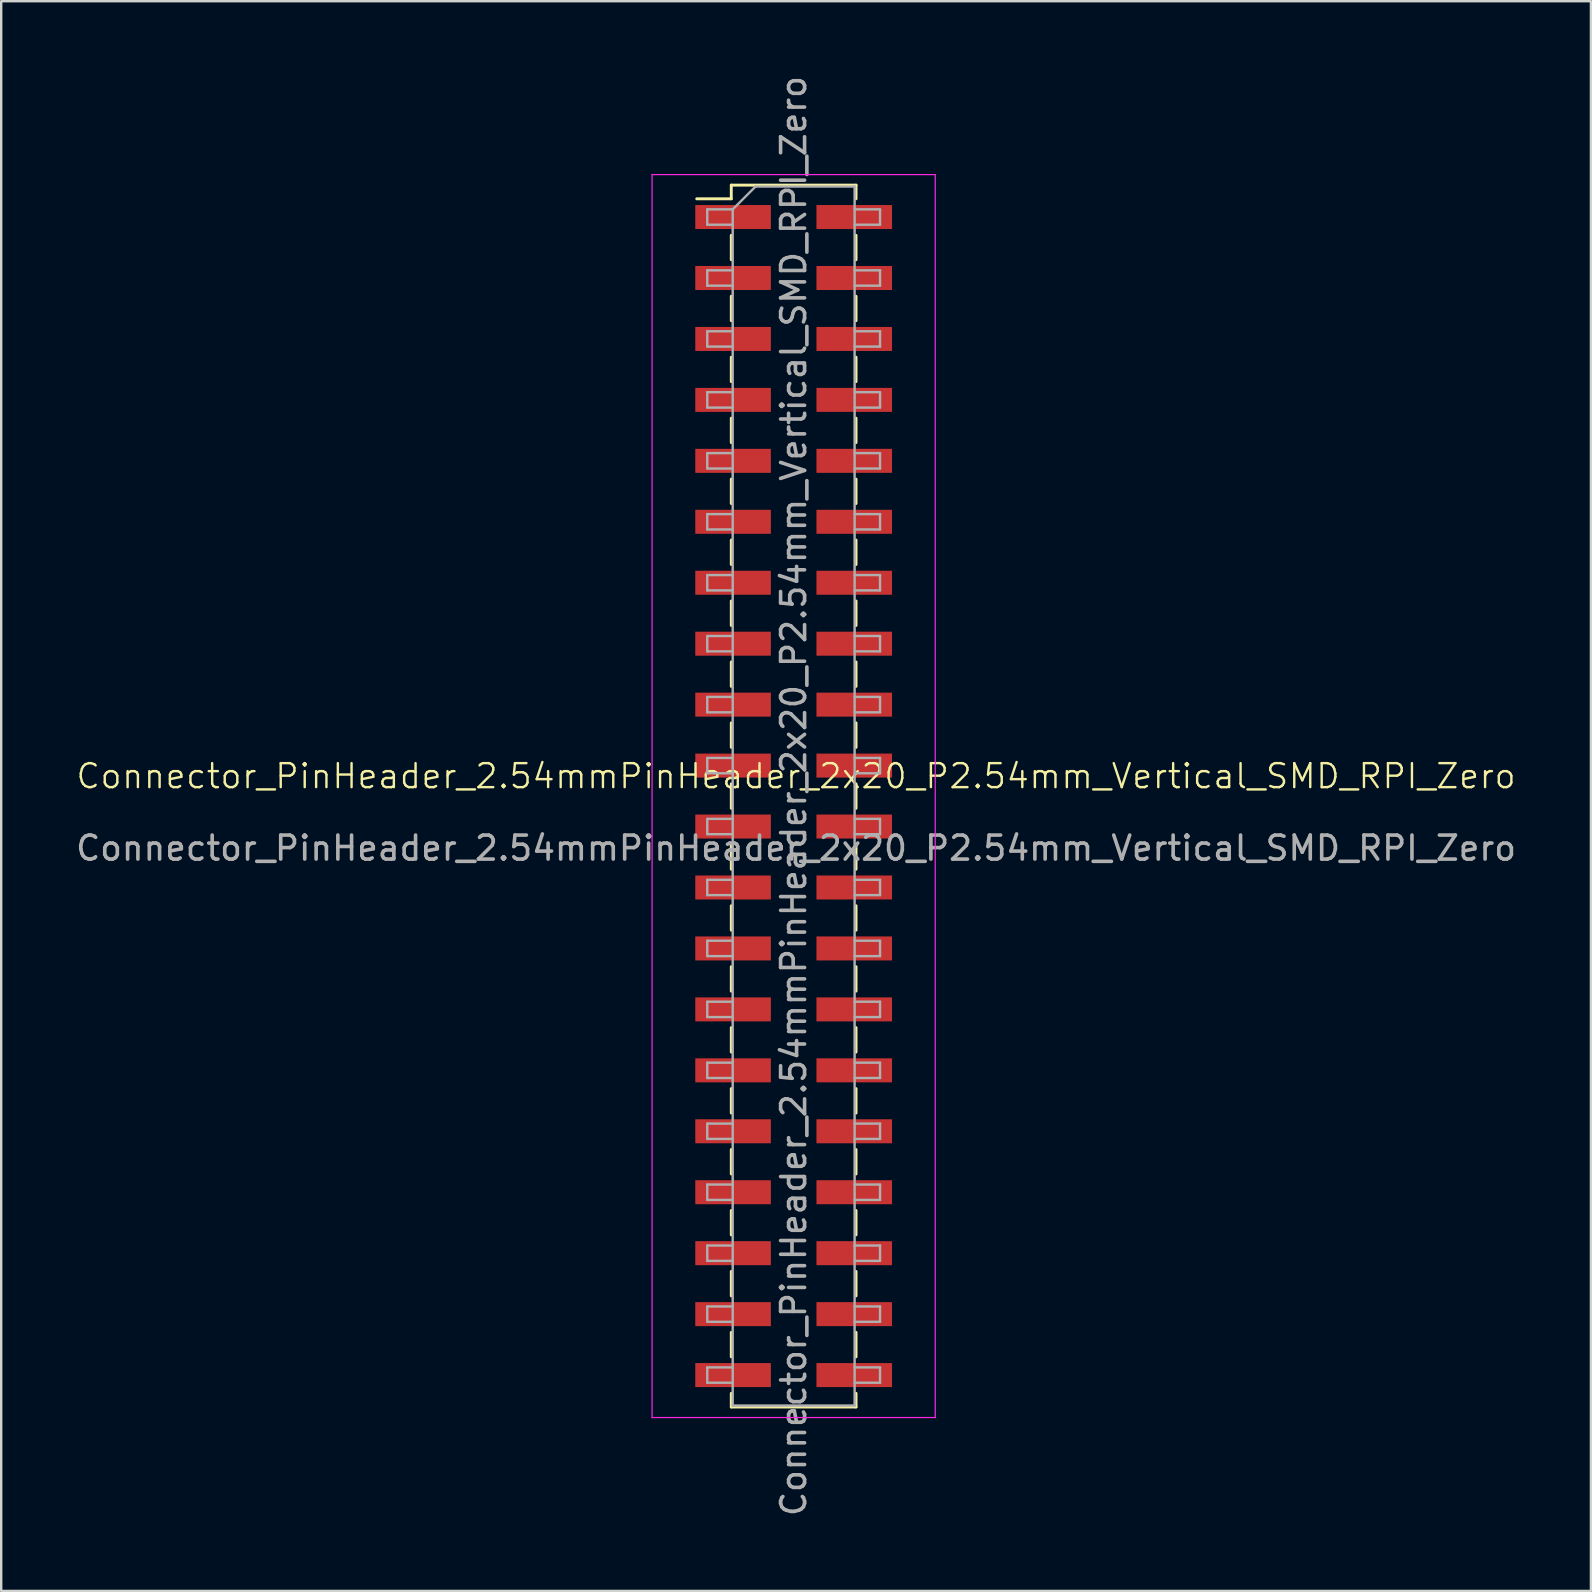
<source format=kicad_pcb>
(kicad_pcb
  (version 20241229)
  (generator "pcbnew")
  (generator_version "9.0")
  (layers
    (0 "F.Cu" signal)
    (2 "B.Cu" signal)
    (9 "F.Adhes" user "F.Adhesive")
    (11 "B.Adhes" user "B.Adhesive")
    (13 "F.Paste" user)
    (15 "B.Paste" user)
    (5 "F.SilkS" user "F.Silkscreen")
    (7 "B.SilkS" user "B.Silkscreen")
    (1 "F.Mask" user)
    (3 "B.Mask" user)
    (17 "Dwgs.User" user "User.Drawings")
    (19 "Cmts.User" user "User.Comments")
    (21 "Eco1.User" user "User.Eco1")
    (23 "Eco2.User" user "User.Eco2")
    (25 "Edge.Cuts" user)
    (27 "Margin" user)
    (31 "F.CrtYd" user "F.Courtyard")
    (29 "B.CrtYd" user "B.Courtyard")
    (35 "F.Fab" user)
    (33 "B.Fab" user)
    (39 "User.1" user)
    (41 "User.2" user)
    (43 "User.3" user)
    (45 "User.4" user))
  (footprint "Connector_PinHeader_2.54mmPinHeader_2x20_P2.54mm_Vertical_SMD_RPI_Zero"
    (layer "F.Cu")
    (at 30.125 29.795)
    (property "Reference" "Connector_PinHeader_2.54mmPinHeader_2x20_P2.54mm_Vertical_SMD_RPI_Zero" (at 0 -0.5 0) (unlocked yes) (layer "F.SilkS") (effects (font (size 1 1) (thickness 0.1))))
    (attr smd)
    (fp_line (start -4.14 -24.56) (end -2.7 -24.56) (stroke (width 0.12) (type solid)) (layer "F.SilkS"))
    (fp_line (start -2.7 -25.13) (end -2.7 -24.56) (stroke (width 0.12) (type solid)) (layer "F.SilkS"))
    (fp_line (start -2.7 -25.13) (end 2.5 -25.13) (stroke (width 0.12) (type solid)) (layer "F.SilkS"))
    (fp_line (start -2.7 -23.04) (end -2.7 -22.02) (stroke (width 0.12) (type solid)) (layer "F.SilkS"))
    (fp_line (start -2.7 -20.5) (end -2.7 -19.48) (stroke (width 0.12) (type solid)) (layer "F.SilkS"))
    (fp_line (start -2.7 -17.96) (end -2.7 -16.94) (stroke (width 0.12) (type solid)) (layer "F.SilkS"))
    (fp_line (start -2.7 -15.42) (end -2.7 -14.4) (stroke (width 0.12) (type solid)) (layer "F.SilkS"))
    (fp_line (start -2.7 -12.88) (end -2.7 -11.86) (stroke (width 0.12) (type solid)) (layer "F.SilkS"))
    (fp_line (start -2.7 -10.34) (end -2.7 -9.32) (stroke (width 0.12) (type solid)) (layer "F.SilkS"))
    (fp_line (start -2.7 -7.8) (end -2.7 -6.78) (stroke (width 0.12) (type solid)) (layer "F.SilkS"))
    (fp_line (start -2.7 -5.26) (end -2.7 -4.24) (stroke (width 0.12) (type solid)) (layer "F.SilkS"))
    (fp_line (start -2.7 -2.72) (end -2.7 -1.7) (stroke (width 0.12) (type solid)) (layer "F.SilkS"))
    (fp_line (start -2.7 -0.18) (end -2.7 0.84) (stroke (width 0.12) (type solid)) (layer "F.SilkS"))
    (fp_line (start -2.7 2.36) (end -2.7 3.38) (stroke (width 0.12) (type solid)) (layer "F.SilkS"))
    (fp_line (start -2.7 4.9) (end -2.7 5.92) (stroke (width 0.12) (type solid)) (layer "F.SilkS"))
    (fp_line (start -2.7 7.44) (end -2.7 8.46) (stroke (width 0.12) (type solid)) (layer "F.SilkS"))
    (fp_line (start -2.7 9.98) (end -2.7 11) (stroke (width 0.12) (type solid)) (layer "F.SilkS"))
    (fp_line (start -2.7 12.52) (end -2.7 13.54) (stroke (width 0.12) (type solid)) (layer "F.SilkS"))
    (fp_line (start -2.7 15.06) (end -2.7 16.08) (stroke (width 0.12) (type solid)) (layer "F.SilkS"))
    (fp_line (start -2.7 17.6) (end -2.7 18.62) (stroke (width 0.12) (type solid)) (layer "F.SilkS"))
    (fp_line (start -2.7 20.14) (end -2.7 21.16) (stroke (width 0.12) (type solid)) (layer "F.SilkS"))
    (fp_line (start -2.7 22.68) (end -2.7 23.7) (stroke (width 0.12) (type solid)) (layer "F.SilkS"))
    (fp_line (start -2.7 25.22) (end -2.7 25.79) (stroke (width 0.12) (type solid)) (layer "F.SilkS"))
    (fp_line (start -2.7 25.79) (end 2.5 25.79) (stroke (width 0.12) (type solid)) (layer "F.SilkS"))
    (fp_line (start 2.5 -25.13) (end 2.5 -24.56) (stroke (width 0.12) (type solid)) (layer "F.SilkS"))
    (fp_line (start 2.5 -23.04) (end 2.5 -22.02) (stroke (width 0.12) (type solid)) (layer "F.SilkS"))
    (fp_line (start 2.5 -20.5) (end 2.5 -19.48) (stroke (width 0.12) (type solid)) (layer "F.SilkS"))
    (fp_line (start 2.5 -17.96) (end 2.5 -16.94) (stroke (width 0.12) (type solid)) (layer "F.SilkS"))
    (fp_line (start 2.5 -15.42) (end 2.5 -14.4) (stroke (width 0.12) (type solid)) (layer "F.SilkS"))
    (fp_line (start 2.5 -12.88) (end 2.5 -11.86) (stroke (width 0.12) (type solid)) (layer "F.SilkS"))
    (fp_line (start 2.5 -10.34) (end 2.5 -9.32) (stroke (width 0.12) (type solid)) (layer "F.SilkS"))
    (fp_line (start 2.5 -7.8) (end 2.5 -6.78) (stroke (width 0.12) (type solid)) (layer "F.SilkS"))
    (fp_line (start 2.5 -5.26) (end 2.5 -4.24) (stroke (width 0.12) (type solid)) (layer "F.SilkS"))
    (fp_line (start 2.5 -2.72) (end 2.5 -1.7) (stroke (width 0.12) (type solid)) (layer "F.SilkS"))
    (fp_line (start 2.5 -0.18) (end 2.5 0.84) (stroke (width 0.12) (type solid)) (layer "F.SilkS"))
    (fp_line (start 2.5 2.36) (end 2.5 3.38) (stroke (width 0.12) (type solid)) (layer "F.SilkS"))
    (fp_line (start 2.5 4.9) (end 2.5 5.92) (stroke (width 0.12) (type solid)) (layer "F.SilkS"))
    (fp_line (start 2.5 7.44) (end 2.5 8.46) (stroke (width 0.12) (type solid)) (layer "F.SilkS"))
    (fp_line (start 2.5 9.98) (end 2.5 11) (stroke (width 0.12) (type solid)) (layer "F.SilkS"))
    (fp_line (start 2.5 12.52) (end 2.5 13.54) (stroke (width 0.12) (type solid)) (layer "F.SilkS"))
    (fp_line (start 2.5 15.06) (end 2.5 16.08) (stroke (width 0.12) (type solid)) (layer "F.SilkS"))
    (fp_line (start 2.5 17.6) (end 2.5 18.62) (stroke (width 0.12) (type solid)) (layer "F.SilkS"))
    (fp_line (start 2.5 20.14) (end 2.5 21.16) (stroke (width 0.12) (type solid)) (layer "F.SilkS"))
    (fp_line (start 2.5 22.68) (end 2.5 23.7) (stroke (width 0.12) (type solid)) (layer "F.SilkS"))
    (fp_line (start 2.5 25.22) (end 2.5 25.79) (stroke (width 0.12) (type solid)) (layer "F.SilkS"))
    (fp_line (start -6 -25.57) (end -6 26.23) (stroke (width 0.05) (type solid)) (layer "F.CrtYd"))
    (fp_line (start -6 26.23) (end 5.8 26.23) (stroke (width 0.05) (type solid)) (layer "F.CrtYd"))
    (fp_line (start 5.8 -25.57) (end -6 -25.57) (stroke (width 0.05) (type solid)) (layer "F.CrtYd"))
    (fp_line (start 5.8 26.23) (end 5.8 -25.57) (stroke (width 0.05) (type solid)) (layer "F.CrtYd"))
    (fp_line (start -3.7 -24.12) (end -3.7 -23.48) (stroke (width 0.1) (type solid)) (layer "F.Fab"))
    (fp_line (start -3.7 -23.48) (end -2.64 -23.48) (stroke (width 0.1) (type solid)) (layer "F.Fab"))
    (fp_line (start -3.7 -21.58) (end -3.7 -20.94) (stroke (width 0.1) (type solid)) (layer "F.Fab"))
    (fp_line (start -3.7 -20.94) (end -2.64 -20.94) (stroke (width 0.1) (type solid)) (layer "F.Fab"))
    (fp_line (start -3.7 -19.04) (end -3.7 -18.4) (stroke (width 0.1) (type solid)) (layer "F.Fab"))
    (fp_line (start -3.7 -18.4) (end -2.64 -18.4) (stroke (width 0.1) (type solid)) (layer "F.Fab"))
    (fp_line (start -3.7 -16.5) (end -3.7 -15.86) (stroke (width 0.1) (type solid)) (layer "F.Fab"))
    (fp_line (start -3.7 -15.86) (end -2.64 -15.86) (stroke (width 0.1) (type solid)) (layer "F.Fab"))
    (fp_line (start -3.7 -13.96) (end -3.7 -13.32) (stroke (width 0.1) (type solid)) (layer "F.Fab"))
    (fp_line (start -3.7 -13.32) (end -2.64 -13.32) (stroke (width 0.1) (type solid)) (layer "F.Fab"))
    (fp_line (start -3.7 -11.42) (end -3.7 -10.78) (stroke (width 0.1) (type solid)) (layer "F.Fab"))
    (fp_line (start -3.7 -10.78) (end -2.64 -10.78) (stroke (width 0.1) (type solid)) (layer "F.Fab"))
    (fp_line (start -3.7 -8.88) (end -3.7 -8.24) (stroke (width 0.1) (type solid)) (layer "F.Fab"))
    (fp_line (start -3.7 -8.24) (end -2.64 -8.24) (stroke (width 0.1) (type solid)) (layer "F.Fab"))
    (fp_line (start -3.7 -6.34) (end -3.7 -5.7) (stroke (width 0.1) (type solid)) (layer "F.Fab"))
    (fp_line (start -3.7 -5.7) (end -2.64 -5.7) (stroke (width 0.1) (type solid)) (layer "F.Fab"))
    (fp_line (start -3.7 -3.8) (end -3.7 -3.16) (stroke (width 0.1) (type solid)) (layer "F.Fab"))
    (fp_line (start -3.7 -3.16) (end -2.64 -3.16) (stroke (width 0.1) (type solid)) (layer "F.Fab"))
    (fp_line (start -3.7 -1.26) (end -3.7 -0.62) (stroke (width 0.1) (type solid)) (layer "F.Fab"))
    (fp_line (start -3.7 -0.62) (end -2.64 -0.62) (stroke (width 0.1) (type solid)) (layer "F.Fab"))
    (fp_line (start -3.7 1.28) (end -3.7 1.92) (stroke (width 0.1) (type solid)) (layer "F.Fab"))
    (fp_line (start -3.7 1.92) (end -2.64 1.92) (stroke (width 0.1) (type solid)) (layer "F.Fab"))
    (fp_line (start -3.7 3.82) (end -3.7 4.46) (stroke (width 0.1) (type solid)) (layer "F.Fab"))
    (fp_line (start -3.7 4.46) (end -2.64 4.46) (stroke (width 0.1) (type solid)) (layer "F.Fab"))
    (fp_line (start -3.7 6.36) (end -3.7 7) (stroke (width 0.1) (type solid)) (layer "F.Fab"))
    (fp_line (start -3.7 7) (end -2.64 7) (stroke (width 0.1) (type solid)) (layer "F.Fab"))
    (fp_line (start -3.7 8.9) (end -3.7 9.54) (stroke (width 0.1) (type solid)) (layer "F.Fab"))
    (fp_line (start -3.7 9.54) (end -2.64 9.54) (stroke (width 0.1) (type solid)) (layer "F.Fab"))
    (fp_line (start -3.7 11.44) (end -3.7 12.08) (stroke (width 0.1) (type solid)) (layer "F.Fab"))
    (fp_line (start -3.7 12.08) (end -2.64 12.08) (stroke (width 0.1) (type solid)) (layer "F.Fab"))
    (fp_line (start -3.7 13.98) (end -3.7 14.62) (stroke (width 0.1) (type solid)) (layer "F.Fab"))
    (fp_line (start -3.7 14.62) (end -2.64 14.62) (stroke (width 0.1) (type solid)) (layer "F.Fab"))
    (fp_line (start -3.7 16.52) (end -3.7 17.16) (stroke (width 0.1) (type solid)) (layer "F.Fab"))
    (fp_line (start -3.7 17.16) (end -2.64 17.16) (stroke (width 0.1) (type solid)) (layer "F.Fab"))
    (fp_line (start -3.7 19.06) (end -3.7 19.7) (stroke (width 0.1) (type solid)) (layer "F.Fab"))
    (fp_line (start -3.7 19.7) (end -2.64 19.7) (stroke (width 0.1) (type solid)) (layer "F.Fab"))
    (fp_line (start -3.7 21.6) (end -3.7 22.24) (stroke (width 0.1) (type solid)) (layer "F.Fab"))
    (fp_line (start -3.7 22.24) (end -2.64 22.24) (stroke (width 0.1) (type solid)) (layer "F.Fab"))
    (fp_line (start -3.7 24.14) (end -3.7 24.78) (stroke (width 0.1) (type solid)) (layer "F.Fab"))
    (fp_line (start -3.7 24.78) (end -2.64 24.78) (stroke (width 0.1) (type solid)) (layer "F.Fab"))
    (fp_line (start -2.64 -24.12) (end -3.7 -24.12) (stroke (width 0.1) (type solid)) (layer "F.Fab"))
    (fp_line (start -2.64 -24.12) (end -1.69 -25.07) (stroke (width 0.1) (type solid)) (layer "F.Fab"))
    (fp_line (start -2.64 -21.58) (end -3.7 -21.58) (stroke (width 0.1) (type solid)) (layer "F.Fab"))
    (fp_line (start -2.64 -19.04) (end -3.7 -19.04) (stroke (width 0.1) (type solid)) (layer "F.Fab"))
    (fp_line (start -2.64 -16.5) (end -3.7 -16.5) (stroke (width 0.1) (type solid)) (layer "F.Fab"))
    (fp_line (start -2.64 -13.96) (end -3.7 -13.96) (stroke (width 0.1) (type solid)) (layer "F.Fab"))
    (fp_line (start -2.64 -11.42) (end -3.7 -11.42) (stroke (width 0.1) (type solid)) (layer "F.Fab"))
    (fp_line (start -2.64 -8.88) (end -3.7 -8.88) (stroke (width 0.1) (type solid)) (layer "F.Fab"))
    (fp_line (start -2.64 -6.34) (end -3.7 -6.34) (stroke (width 0.1) (type solid)) (layer "F.Fab"))
    (fp_line (start -2.64 -3.8) (end -3.7 -3.8) (stroke (width 0.1) (type solid)) (layer "F.Fab"))
    (fp_line (start -2.64 -1.26) (end -3.7 -1.26) (stroke (width 0.1) (type solid)) (layer "F.Fab"))
    (fp_line (start -2.64 1.28) (end -3.7 1.28) (stroke (width 0.1) (type solid)) (layer "F.Fab"))
    (fp_line (start -2.64 3.82) (end -3.7 3.82) (stroke (width 0.1) (type solid)) (layer "F.Fab"))
    (fp_line (start -2.64 6.36) (end -3.7 6.36) (stroke (width 0.1) (type solid)) (layer "F.Fab"))
    (fp_line (start -2.64 8.9) (end -3.7 8.9) (stroke (width 0.1) (type solid)) (layer "F.Fab"))
    (fp_line (start -2.64 11.44) (end -3.7 11.44) (stroke (width 0.1) (type solid)) (layer "F.Fab"))
    (fp_line (start -2.64 13.98) (end -3.7 13.98) (stroke (width 0.1) (type solid)) (layer "F.Fab"))
    (fp_line (start -2.64 16.52) (end -3.7 16.52) (stroke (width 0.1) (type solid)) (layer "F.Fab"))
    (fp_line (start -2.64 19.06) (end -3.7 19.06) (stroke (width 0.1) (type solid)) (layer "F.Fab"))
    (fp_line (start -2.64 21.6) (end -3.7 21.6) (stroke (width 0.1) (type solid)) (layer "F.Fab"))
    (fp_line (start -2.64 24.14) (end -3.7 24.14) (stroke (width 0.1) (type solid)) (layer "F.Fab"))
    (fp_line (start -2.64 25.73) (end -2.64 -24.12) (stroke (width 0.1) (type solid)) (layer "F.Fab"))
    (fp_line (start -1.69 -25.07) (end 2.44 -25.07) (stroke (width 0.1) (type solid)) (layer "F.Fab"))
    (fp_line (start 2.44 -25.07) (end 2.44 25.73) (stroke (width 0.1) (type solid)) (layer "F.Fab"))
    (fp_line (start 2.44 -24.12) (end 3.5 -24.12) (stroke (width 0.1) (type solid)) (layer "F.Fab"))
    (fp_line (start 2.44 -21.58) (end 3.5 -21.58) (stroke (width 0.1) (type solid)) (layer "F.Fab"))
    (fp_line (start 2.44 -19.04) (end 3.5 -19.04) (stroke (width 0.1) (type solid)) (layer "F.Fab"))
    (fp_line (start 2.44 -16.5) (end 3.5 -16.5) (stroke (width 0.1) (type solid)) (layer "F.Fab"))
    (fp_line (start 2.44 -13.96) (end 3.5 -13.96) (stroke (width 0.1) (type solid)) (layer "F.Fab"))
    (fp_line (start 2.44 -11.42) (end 3.5 -11.42) (stroke (width 0.1) (type solid)) (layer "F.Fab"))
    (fp_line (start 2.44 -8.88) (end 3.5 -8.88) (stroke (width 0.1) (type solid)) (layer "F.Fab"))
    (fp_line (start 2.44 -6.34) (end 3.5 -6.34) (stroke (width 0.1) (type solid)) (layer "F.Fab"))
    (fp_line (start 2.44 -3.8) (end 3.5 -3.8) (stroke (width 0.1) (type solid)) (layer "F.Fab"))
    (fp_line (start 2.44 -1.26) (end 3.5 -1.26) (stroke (width 0.1) (type solid)) (layer "F.Fab"))
    (fp_line (start 2.44 1.28) (end 3.5 1.28) (stroke (width 0.1) (type solid)) (layer "F.Fab"))
    (fp_line (start 2.44 3.82) (end 3.5 3.82) (stroke (width 0.1) (type solid)) (layer "F.Fab"))
    (fp_line (start 2.44 6.36) (end 3.5 6.36) (stroke (width 0.1) (type solid)) (layer "F.Fab"))
    (fp_line (start 2.44 8.9) (end 3.5 8.9) (stroke (width 0.1) (type solid)) (layer "F.Fab"))
    (fp_line (start 2.44 11.44) (end 3.5 11.44) (stroke (width 0.1) (type solid)) (layer "F.Fab"))
    (fp_line (start 2.44 13.98) (end 3.5 13.98) (stroke (width 0.1) (type solid)) (layer "F.Fab"))
    (fp_line (start 2.44 16.52) (end 3.5 16.52) (stroke (width 0.1) (type solid)) (layer "F.Fab"))
    (fp_line (start 2.44 19.06) (end 3.5 19.06) (stroke (width 0.1) (type solid)) (layer "F.Fab"))
    (fp_line (start 2.44 21.6) (end 3.5 21.6) (stroke (width 0.1) (type solid)) (layer "F.Fab"))
    (fp_line (start 2.44 24.14) (end 3.5 24.14) (stroke (width 0.1) (type solid)) (layer "F.Fab"))
    (fp_line (start 2.44 25.73) (end -2.64 25.73) (stroke (width 0.1) (type solid)) (layer "F.Fab"))
    (fp_line (start 3.5 -24.12) (end 3.5 -23.48) (stroke (width 0.1) (type solid)) (layer "F.Fab"))
    (fp_line (start 3.5 -23.48) (end 2.44 -23.48) (stroke (width 0.1) (type solid)) (layer "F.Fab"))
    (fp_line (start 3.5 -21.58) (end 3.5 -20.94) (stroke (width 0.1) (type solid)) (layer "F.Fab"))
    (fp_line (start 3.5 -20.94) (end 2.44 -20.94) (stroke (width 0.1) (type solid)) (layer "F.Fab"))
    (fp_line (start 3.5 -19.04) (end 3.5 -18.4) (stroke (width 0.1) (type solid)) (layer "F.Fab"))
    (fp_line (start 3.5 -18.4) (end 2.44 -18.4) (stroke (width 0.1) (type solid)) (layer "F.Fab"))
    (fp_line (start 3.5 -16.5) (end 3.5 -15.86) (stroke (width 0.1) (type solid)) (layer "F.Fab"))
    (fp_line (start 3.5 -15.86) (end 2.44 -15.86) (stroke (width 0.1) (type solid)) (layer "F.Fab"))
    (fp_line (start 3.5 -13.96) (end 3.5 -13.32) (stroke (width 0.1) (type solid)) (layer "F.Fab"))
    (fp_line (start 3.5 -13.32) (end 2.44 -13.32) (stroke (width 0.1) (type solid)) (layer "F.Fab"))
    (fp_line (start 3.5 -11.42) (end 3.5 -10.78) (stroke (width 0.1) (type solid)) (layer "F.Fab"))
    (fp_line (start 3.5 -10.78) (end 2.44 -10.78) (stroke (width 0.1) (type solid)) (layer "F.Fab"))
    (fp_line (start 3.5 -8.88) (end 3.5 -8.24) (stroke (width 0.1) (type solid)) (layer "F.Fab"))
    (fp_line (start 3.5 -8.24) (end 2.44 -8.24) (stroke (width 0.1) (type solid)) (layer "F.Fab"))
    (fp_line (start 3.5 -6.34) (end 3.5 -5.7) (stroke (width 0.1) (type solid)) (layer "F.Fab"))
    (fp_line (start 3.5 -5.7) (end 2.44 -5.7) (stroke (width 0.1) (type solid)) (layer "F.Fab"))
    (fp_line (start 3.5 -3.8) (end 3.5 -3.16) (stroke (width 0.1) (type solid)) (layer "F.Fab"))
    (fp_line (start 3.5 -3.16) (end 2.44 -3.16) (stroke (width 0.1) (type solid)) (layer "F.Fab"))
    (fp_line (start 3.5 -1.26) (end 3.5 -0.62) (stroke (width 0.1) (type solid)) (layer "F.Fab"))
    (fp_line (start 3.5 -0.62) (end 2.44 -0.62) (stroke (width 0.1) (type solid)) (layer "F.Fab"))
    (fp_line (start 3.5 1.28) (end 3.5 1.92) (stroke (width 0.1) (type solid)) (layer "F.Fab"))
    (fp_line (start 3.5 1.92) (end 2.44 1.92) (stroke (width 0.1) (type solid)) (layer "F.Fab"))
    (fp_line (start 3.5 3.82) (end 3.5 4.46) (stroke (width 0.1) (type solid)) (layer "F.Fab"))
    (fp_line (start 3.5 4.46) (end 2.44 4.46) (stroke (width 0.1) (type solid)) (layer "F.Fab"))
    (fp_line (start 3.5 6.36) (end 3.5 7) (stroke (width 0.1) (type solid)) (layer "F.Fab"))
    (fp_line (start 3.5 7) (end 2.44 7) (stroke (width 0.1) (type solid)) (layer "F.Fab"))
    (fp_line (start 3.5 8.9) (end 3.5 9.54) (stroke (width 0.1) (type solid)) (layer "F.Fab"))
    (fp_line (start 3.5 9.54) (end 2.44 9.54) (stroke (width 0.1) (type solid)) (layer "F.Fab"))
    (fp_line (start 3.5 11.44) (end 3.5 12.08) (stroke (width 0.1) (type solid)) (layer "F.Fab"))
    (fp_line (start 3.5 12.08) (end 2.44 12.08) (stroke (width 0.1) (type solid)) (layer "F.Fab"))
    (fp_line (start 3.5 13.98) (end 3.5 14.62) (stroke (width 0.1) (type solid)) (layer "F.Fab"))
    (fp_line (start 3.5 14.62) (end 2.44 14.62) (stroke (width 0.1) (type solid)) (layer "F.Fab"))
    (fp_line (start 3.5 16.52) (end 3.5 17.16) (stroke (width 0.1) (type solid)) (layer "F.Fab"))
    (fp_line (start 3.5 17.16) (end 2.44 17.16) (stroke (width 0.1) (type solid)) (layer "F.Fab"))
    (fp_line (start 3.5 19.06) (end 3.5 19.7) (stroke (width 0.1) (type solid)) (layer "F.Fab"))
    (fp_line (start 3.5 19.7) (end 2.44 19.7) (stroke (width 0.1) (type solid)) (layer "F.Fab"))
    (fp_line (start 3.5 21.6) (end 3.5 22.24) (stroke (width 0.1) (type solid)) (layer "F.Fab"))
    (fp_line (start 3.5 22.24) (end 2.44 22.24) (stroke (width 0.1) (type solid)) (layer "F.Fab"))
    (fp_line (start 3.5 24.14) (end 3.5 24.78) (stroke (width 0.1) (type solid)) (layer "F.Fab"))
    (fp_line (start 3.5 24.78) (end 2.44 24.78) (stroke (width 0.1) (type solid)) (layer "F.Fab"))
    (fp_text user "${REFERENCE}" (at -0.1 0.33 90) (layer "F.Fab") (effects (font (size 1 1) (thickness 0.15))))
    (fp_text user "${REFERENCE}" (at 0 2.5 0) (unlocked yes) (layer "F.Fab") (effects (font (size 1 1) (thickness 0.15))))
    (pad "1" smd rect (at -2.625 -23.8) (size 3.15 1) (layers "F.Cu" "F.Mask" "F.Paste"))
    (pad "2" smd rect (at 2.425 -23.8) (size 3.15 1) (layers "F.Cu" "F.Mask" "F.Paste"))
    (pad "3" smd rect (at -2.625 -21.26) (size 3.15 1) (layers "F.Cu" "F.Mask" "F.Paste"))
    (pad "4" smd rect (at 2.425 -21.26) (size 3.15 1) (layers "F.Cu" "F.Mask" "F.Paste"))
    (pad "5" smd rect (at -2.625 -18.72) (size 3.15 1) (layers "F.Cu" "F.Mask" "F.Paste"))
    (pad "6" smd rect (at 2.425 -18.72) (size 3.15 1) (layers "F.Cu" "F.Mask" "F.Paste"))
    (pad "7" smd rect (at -2.625 -16.18) (size 3.15 1) (layers "F.Cu" "F.Mask" "F.Paste"))
    (pad "8" smd rect (at 2.425 -16.18) (size 3.15 1) (layers "F.Cu" "F.Mask" "F.Paste"))
    (pad "9" smd rect (at -2.625 -13.64) (size 3.15 1) (layers "F.Cu" "F.Mask" "F.Paste"))
    (pad "10" smd rect (at 2.425 -13.64) (size 3.15 1) (layers "F.Cu" "F.Mask" "F.Paste"))
    (pad "11" smd rect (at -2.625 -11.1) (size 3.15 1) (layers "F.Cu" "F.Mask" "F.Paste"))
    (pad "12" smd rect (at 2.425 -11.1) (size 3.15 1) (layers "F.Cu" "F.Mask" "F.Paste"))
    (pad "13" smd rect (at -2.625 -8.56) (size 3.15 1) (layers "F.Cu" "F.Mask" "F.Paste"))
    (pad "14" smd rect (at 2.425 -8.56) (size 3.15 1) (layers "F.Cu" "F.Mask" "F.Paste"))
    (pad "15" smd rect (at -2.625 -6.02) (size 3.15 1) (layers "F.Cu" "F.Mask" "F.Paste"))
    (pad "16" smd rect (at 2.425 -6.02) (size 3.15 1) (layers "F.Cu" "F.Mask" "F.Paste"))
    (pad "17" smd rect (at -2.625 -3.48) (size 3.15 1) (layers "F.Cu" "F.Mask" "F.Paste"))
    (pad "18" smd rect (at 2.425 -3.48) (size 3.15 1) (layers "F.Cu" "F.Mask" "F.Paste"))
    (pad "19" smd rect (at -2.625 -0.94) (size 3.15 1) (layers "F.Cu" "F.Mask" "F.Paste"))
    (pad "20" smd rect (at 2.425 -0.94) (size 3.15 1) (layers "F.Cu" "F.Mask" "F.Paste"))
    (pad "21" smd rect (at -2.625 1.6) (size 3.15 1) (layers "F.Cu" "F.Mask" "F.Paste"))
    (pad "22" smd rect (at 2.425 1.6) (size 3.15 1) (layers "F.Cu" "F.Mask" "F.Paste"))
    (pad "23" smd rect (at -2.625 4.14) (size 3.15 1) (layers "F.Cu" "F.Mask" "F.Paste"))
    (pad "24" smd rect (at 2.425 4.14) (size 3.15 1) (layers "F.Cu" "F.Mask" "F.Paste"))
    (pad "25" smd rect (at -2.625 6.68) (size 3.15 1) (layers "F.Cu" "F.Mask" "F.Paste"))
    (pad "26" smd rect (at 2.425 6.68) (size 3.15 1) (layers "F.Cu" "F.Mask" "F.Paste"))
    (pad "27" smd rect (at -2.625 9.22) (size 3.15 1) (layers "F.Cu" "F.Mask" "F.Paste"))
    (pad "28" smd rect (at 2.425 9.22) (size 3.15 1) (layers "F.Cu" "F.Mask" "F.Paste"))
    (pad "29" smd rect (at -2.625 11.76) (size 3.15 1) (layers "F.Cu" "F.Mask" "F.Paste"))
    (pad "30" smd rect (at 2.425 11.76) (size 3.15 1) (layers "F.Cu" "F.Mask" "F.Paste"))
    (pad "31" smd rect (at -2.625 14.3) (size 3.15 1) (layers "F.Cu" "F.Mask" "F.Paste"))
    (pad "32" smd rect (at 2.425 14.3) (size 3.15 1) (layers "F.Cu" "F.Mask" "F.Paste"))
    (pad "33" smd rect (at -2.625 16.84) (size 3.15 1) (layers "F.Cu" "F.Mask" "F.Paste"))
    (pad "34" smd rect (at 2.425 16.84) (size 3.15 1) (layers "F.Cu" "F.Mask" "F.Paste"))
    (pad "35" smd rect (at -2.625 19.38) (size 3.15 1) (layers "F.Cu" "F.Mask" "F.Paste"))
    (pad "36" smd rect (at 2.425 19.38) (size 3.15 1) (layers "F.Cu" "F.Mask" "F.Paste"))
    (pad "37" smd rect (at -2.625 21.92) (size 3.15 1) (layers "F.Cu" "F.Mask" "F.Paste"))
    (pad "38" smd rect (at 2.425 21.92) (size 3.15 1) (layers "F.Cu" "F.Mask" "F.Paste"))
    (pad "39" smd rect (at -2.625 24.46) (size 3.15 1) (layers "F.Cu" "F.Mask" "F.Paste"))
    (pad "40" smd rect (at 2.425 24.46) (size 3.15 1) (layers "F.Cu" "F.Mask" "F.Paste")))
  (gr_rect
    (start -3 -3)
    (end 63.25 63.25)
    (stroke (width 0.1) (type default))
    (fill no)
    (layer "Edge.Cuts")))
</source>
